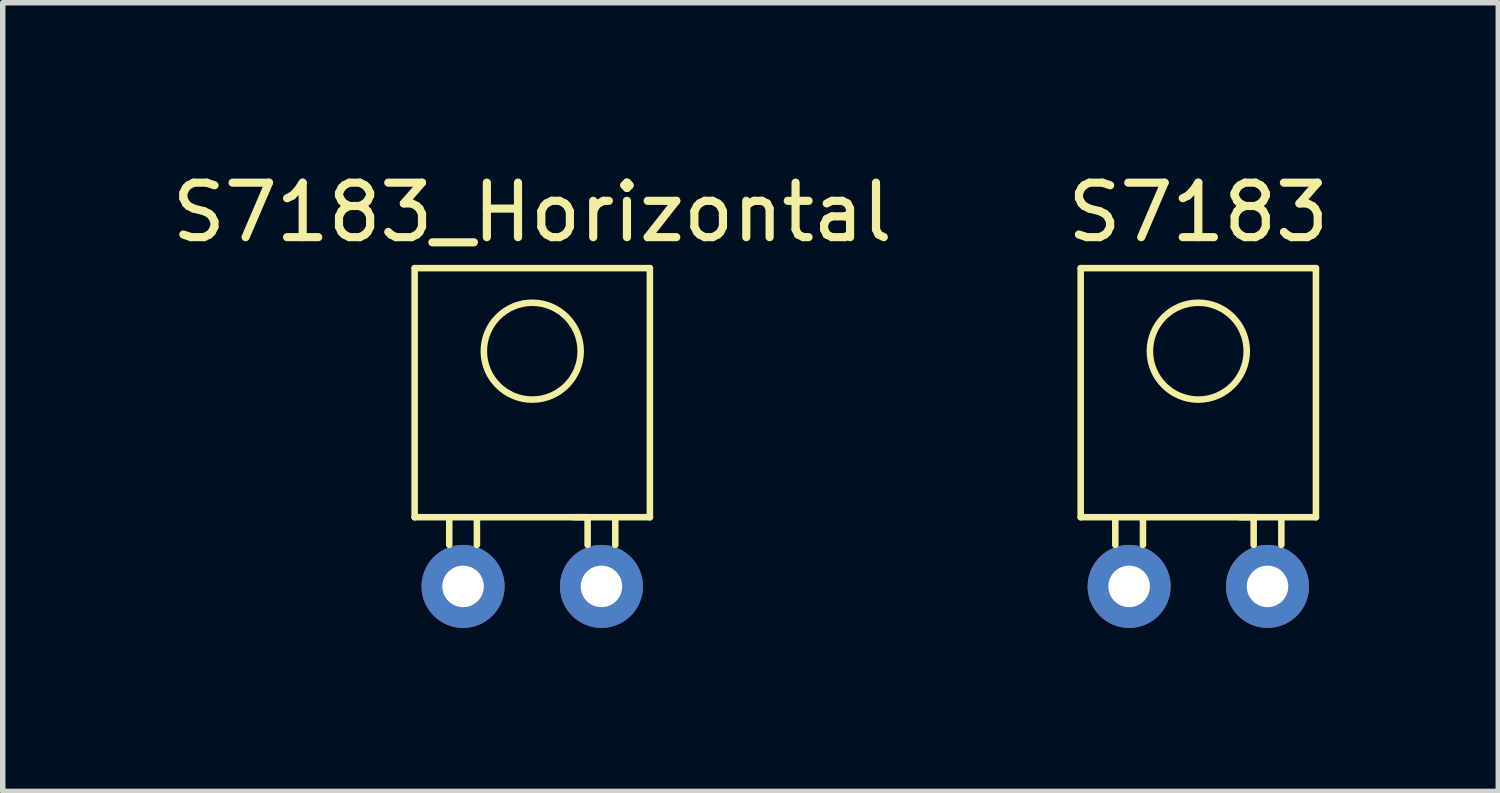
<source format=kicad_pcb>
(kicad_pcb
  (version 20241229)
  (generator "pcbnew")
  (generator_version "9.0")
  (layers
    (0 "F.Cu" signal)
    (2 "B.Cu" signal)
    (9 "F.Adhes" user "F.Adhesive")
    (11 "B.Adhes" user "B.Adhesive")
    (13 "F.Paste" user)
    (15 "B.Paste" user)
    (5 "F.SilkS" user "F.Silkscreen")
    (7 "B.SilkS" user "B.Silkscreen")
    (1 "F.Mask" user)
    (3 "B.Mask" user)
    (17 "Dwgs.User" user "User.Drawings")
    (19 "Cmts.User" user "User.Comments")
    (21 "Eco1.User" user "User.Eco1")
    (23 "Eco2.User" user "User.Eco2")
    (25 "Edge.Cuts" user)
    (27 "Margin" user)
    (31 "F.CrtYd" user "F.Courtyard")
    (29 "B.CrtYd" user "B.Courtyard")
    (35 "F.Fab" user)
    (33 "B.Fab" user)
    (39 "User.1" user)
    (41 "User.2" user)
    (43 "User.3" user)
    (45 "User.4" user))
  (footprint "S7183"
    (layer "F.Cu")
    (at 18.946 0.348)
    (property "Reference" "S7183" (at 0 0.5 0) (layer "F.SilkS") (effects (font (size 1 1) (thickness 0.15))))
    (attr through_hole)
    (fp_line (start -2.159 1.524) (end -2.159 6.096) (stroke (width 0.12) (type solid)) (layer "F.SilkS"))
    (fp_line (start -2.159 6.096) (end 2.159 6.096) (stroke (width 0.12) (type solid)) (layer "F.SilkS"))
    (fp_line (start -1.524 6.604) (end -1.524 6.096) (stroke (width 0.12) (type solid)) (layer "F.SilkS"))
    (fp_line (start -1.016 6.096) (end -1.016 6.604) (stroke (width 0.12) (type solid)) (layer "F.SilkS"))
    (fp_line (start 0.762 6.096) (end 1.016 6.096) (stroke (width 0.12) (type solid)) (layer "F.SilkS"))
    (fp_line (start 1.016 6.096) (end 1.016 6.604) (stroke (width 0.12) (type solid)) (layer "F.SilkS"))
    (fp_line (start 1.524 6.096) (end 1.524 6.604) (stroke (width 0.12) (type solid)) (layer "F.SilkS"))
    (fp_line (start 2.159 1.524) (end -2.159 1.524) (stroke (width 0.12) (type solid)) (layer "F.SilkS"))
    (fp_line (start 2.159 6.096) (end 2.159 1.524) (stroke (width 0.12) (type solid)) (layer "F.SilkS"))
    (fp_circle (center 0 3.048) (end -0.889 3.048) (stroke (width 0.12) (type solid)) (fill no) (layer "F.SilkS"))
    (pad "1" thru_hole circle (at -1.27 7.366) (size 1.524 1.524) (drill 0.762) (layers "*.Cu" "*.Mask"))
    (pad "2" thru_hole circle (at 1.27 7.366) (size 1.524 1.524) (drill 0.762) (layers "*.Cu" "*.Mask")))
  (footprint "S7183_Horizontal"
    (layer "F.Cu")
    (at 6.72 0.348)
    (property "Reference" "S7183_Horizontal" (at 0 0.5 0) (layer "F.SilkS") (effects (font (size 1 1) (thickness 0.15))))
    (attr through_hole)
    (fp_line (start -2.159 1.524) (end -2.159 6.096) (stroke (width 0.12) (type solid)) (layer "F.SilkS"))
    (fp_line (start -2.159 6.096) (end 2.159 6.096) (stroke (width 0.12) (type solid)) (layer "F.SilkS"))
    (fp_line (start -1.524 6.604) (end -1.524 6.096) (stroke (width 0.12) (type solid)) (layer "F.SilkS"))
    (fp_line (start -1.016 6.096) (end -1.016 6.604) (stroke (width 0.12) (type solid)) (layer "F.SilkS"))
    (fp_line (start 0.762 6.096) (end 1.016 6.096) (stroke (width 0.12) (type solid)) (layer "F.SilkS"))
    (fp_line (start 1.016 6.096) (end 1.016 6.604) (stroke (width 0.12) (type solid)) (layer "F.SilkS"))
    (fp_line (start 1.524 6.096) (end 1.524 6.604) (stroke (width 0.12) (type solid)) (layer "F.SilkS"))
    (fp_line (start 2.159 1.524) (end -2.159 1.524) (stroke (width 0.12) (type solid)) (layer "F.SilkS"))
    (fp_line (start 2.159 6.096) (end 2.159 1.524) (stroke (width 0.12) (type solid)) (layer "F.SilkS"))
    (fp_circle (center 0 3.048) (end -0.889 3.048) (stroke (width 0.12) (type solid)) (fill no) (layer "F.SilkS"))
    (pad "1" thru_hole circle (at -1.27 7.366) (size 1.524 1.524) (drill 0.762) (layers "*.Cu" "*.Mask"))
    (pad "2" thru_hole circle (at 1.27 7.366) (size 1.524 1.524) (drill 0.762) (layers "*.Cu" "*.Mask")))
  (gr_rect
    (start -3 -3)
    (end 24.452 11.476)
    (stroke (width 0.1) (type default))
    (fill no)
    (layer "Edge.Cuts")))
</source>
